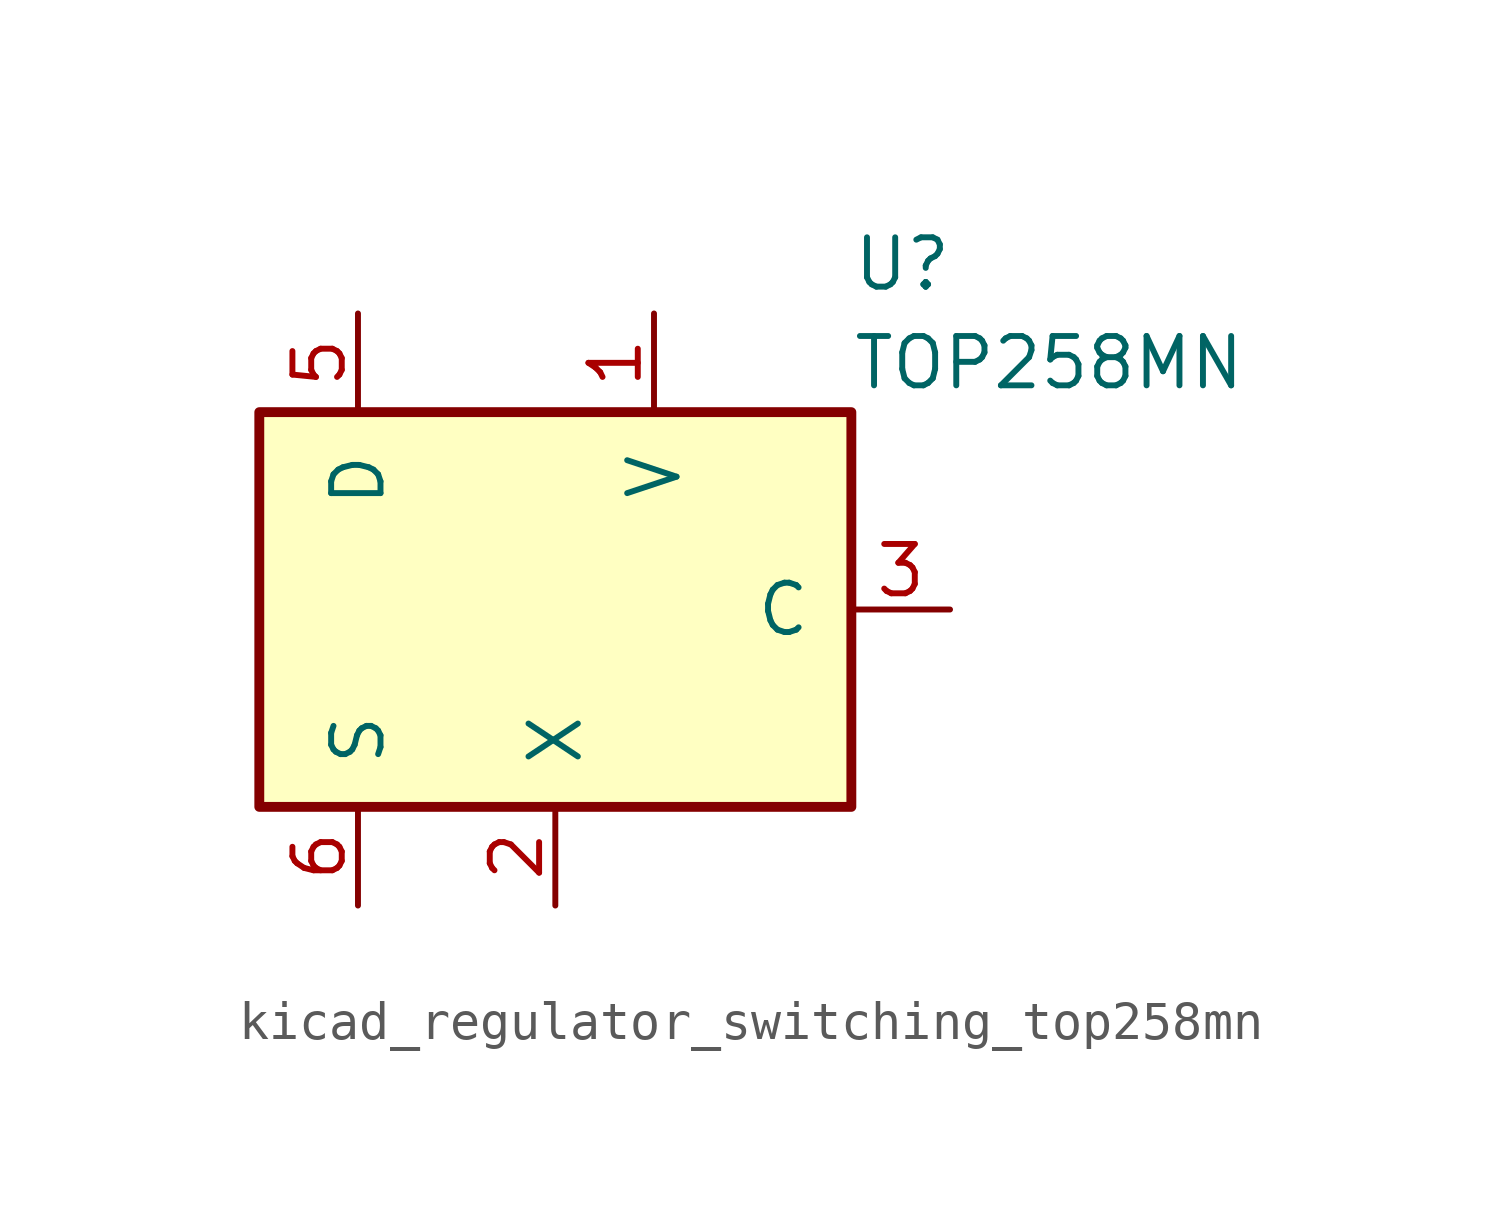
<source format=kicad_sym>
(kicad_symbol_lib
  (version 20220914)
  (generator kicad_symbol_editor)
  (symbol "kicad_regulator_switching_top258mn"
    (pin_names
      (offset 1.016))
    (property "Reference" "U"
      (at 7.62 8.89 0)
      (effects (font (size 1.27 1.27)) (justify left)))
    (property "Value" "TOP258MN"
      (at 7.62 6.35 0)
      (effects (font (size 1.27 1.27)) (justify left)))
    (symbol "kicad_regulator_switching_top258mn_0_1"
      (rectangle (start -7.62 5.08) (end 7.62 -5.08) (stroke (width 0.254) (type default)) (fill (type background))))
    (symbol "kicad_regulator_switching_top258mn_1_1"
      (pin input line (at 2.54 7.62 270) (length 2.54) (name "V" (effects (font (size 1.27 1.27)))) (number "1" (effects (font (size 1.27 1.27)))))
      (pin passive line (at -5.08 -7.62 90) (length 2.54) hide (name "S" (effects (font (size 1.27 1.27)))) (number "10" (effects (font (size 1.27 1.27)))))
      (pin input line (at 0 -7.62 90) (length 2.54) (name "X" (effects (font (size 1.27 1.27)))) (number "2" (effects (font (size 1.27 1.27)))))
      (pin input line (at 10.16 0 180) (length 2.54) (name "C" (effects (font (size 1.27 1.27)))) (number "3" (effects (font (size 1.27 1.27)))))
      (pin open_collector line (at -5.08 7.62 270) (length 2.54) (name "D" (effects (font (size 1.27 1.27)))) (number "5" (effects (font (size 1.27 1.27)))))
      (pin power_in line (at -5.08 -7.62 90) (length 2.54) (name "S" (effects (font (size 1.27 1.27)))) (number "6" (effects (font (size 1.27 1.27)))))
      (pin passive line (at -5.08 -7.62 90) (length 2.54) hide (name "S" (effects (font (size 1.27 1.27)))) (number "7" (effects (font (size 1.27 1.27)))))
      (pin passive line (at -5.08 -7.62 90) (length 2.54) hide (name "S" (effects (font (size 1.27 1.27)))) (number "8" (effects (font (size 1.27 1.27)))))
      (pin passive line (at -5.08 -7.62 90) (length 2.54) hide (name "S" (effects (font (size 1.27 1.27)))) (number "9" (effects (font (size 1.27 1.27))))))))
</source>
